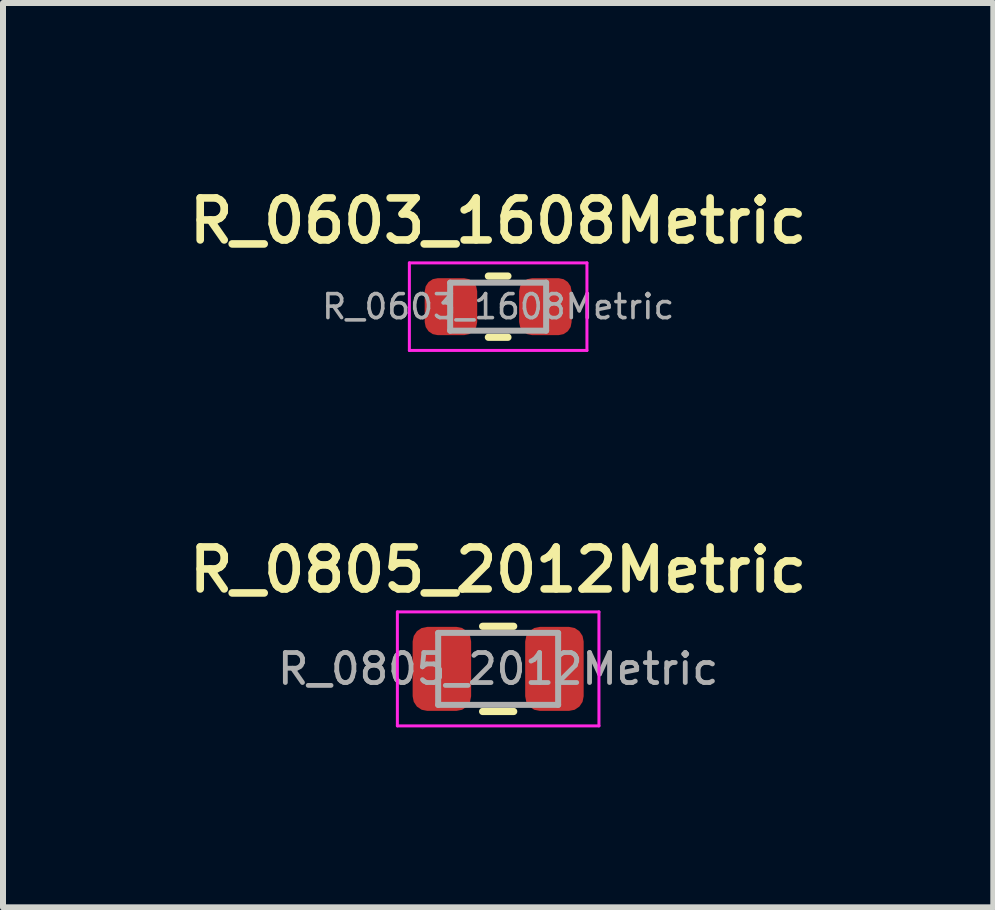
<source format=kicad_pcb>
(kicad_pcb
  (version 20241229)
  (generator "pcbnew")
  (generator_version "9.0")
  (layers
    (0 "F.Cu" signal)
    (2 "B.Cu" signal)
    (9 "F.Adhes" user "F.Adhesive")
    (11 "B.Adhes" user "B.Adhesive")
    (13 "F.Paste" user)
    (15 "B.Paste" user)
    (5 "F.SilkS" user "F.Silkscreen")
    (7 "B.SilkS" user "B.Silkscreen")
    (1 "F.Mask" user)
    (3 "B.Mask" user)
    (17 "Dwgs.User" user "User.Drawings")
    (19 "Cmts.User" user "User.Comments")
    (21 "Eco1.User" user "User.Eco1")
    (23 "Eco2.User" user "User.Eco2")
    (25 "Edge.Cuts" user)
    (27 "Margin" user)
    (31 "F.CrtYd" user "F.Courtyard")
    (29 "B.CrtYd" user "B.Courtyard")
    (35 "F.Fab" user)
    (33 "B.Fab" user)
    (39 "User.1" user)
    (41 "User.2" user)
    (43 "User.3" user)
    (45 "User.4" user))
  (footprint "R_0603_1608Metric"
    (layer "F.Cu")
    (at 5.254 2.062)
    (property "Reference" "R_0603_1608Metric" (at 0 -1.43 0) (layer "F.SilkS") (effects (font (size 0.7 0.7) (thickness 0.127))))
    (attr smd)
    (fp_line (start -0.163 -0.51) (end 0.163 -0.51) (stroke (width 0.12) (type solid)) (layer "F.SilkS"))
    (fp_line (start -0.163 0.51) (end 0.163 0.51) (stroke (width 0.12) (type solid)) (layer "F.SilkS"))
    (fp_line (start -1.48 -0.73) (end 1.48 -0.73) (stroke (width 0.05) (type solid)) (layer "F.CrtYd"))
    (fp_line (start -1.48 0.73) (end -1.48 -0.73) (stroke (width 0.05) (type solid)) (layer "F.CrtYd"))
    (fp_line (start 1.48 -0.73) (end 1.48 0.73) (stroke (width 0.05) (type solid)) (layer "F.CrtYd"))
    (fp_line (start 1.48 0.73) (end -1.48 0.73) (stroke (width 0.05) (type solid)) (layer "F.CrtYd"))
    (fp_line (start -0.8 -0.4) (end 0.8 -0.4) (stroke (width 0.1) (type solid)) (layer "F.Fab"))
    (fp_line (start -0.8 0.4) (end -0.8 -0.4) (stroke (width 0.1) (type solid)) (layer "F.Fab"))
    (fp_line (start 0.8 -0.4) (end 0.8 0.4) (stroke (width 0.1) (type solid)) (layer "F.Fab"))
    (fp_line (start 0.8 0.4) (end -0.8 0.4) (stroke (width 0.1) (type solid)) (layer "F.Fab"))
    (fp_text user "${REFERENCE}" (at 0 0 0) (layer "F.Fab") (effects (font (size 0.4 0.4) (thickness 0.06))))
    (pad "1" smd roundrect (at -0.787 0) (size 0.875 0.95) (layers "F.Cu" "F.Mask" "F.Paste") (roundrect_rratio 0.25))
    (pad "2" smd roundrect (at 0.787 0) (size 0.875 0.95) (layers "F.Cu" "F.Mask" "F.Paste") (roundrect_rratio 0.25)))
  (footprint "R_0805_2012Metric"
    (layer "F.Cu")
    (at 5.254 8.1)
    (property "Reference" "R_0805_2012Metric" (at 0 -1.65 0) (layer "F.SilkS") (effects (font (size 0.7 0.7) (thickness 0.127))))
    (attr smd)
    (fp_line (start -0.259 -0.71) (end 0.259 -0.71) (stroke (width 0.12) (type solid)) (layer "F.SilkS"))
    (fp_line (start -0.259 0.71) (end 0.259 0.71) (stroke (width 0.12) (type solid)) (layer "F.SilkS"))
    (fp_line (start -1.68 -0.95) (end 1.68 -0.95) (stroke (width 0.05) (type solid)) (layer "F.CrtYd"))
    (fp_line (start -1.68 0.95) (end -1.68 -0.95) (stroke (width 0.05) (type solid)) (layer "F.CrtYd"))
    (fp_line (start 1.68 -0.95) (end 1.68 0.95) (stroke (width 0.05) (type solid)) (layer "F.CrtYd"))
    (fp_line (start 1.68 0.95) (end -1.68 0.95) (stroke (width 0.05) (type solid)) (layer "F.CrtYd"))
    (fp_line (start -1 -0.6) (end 1 -0.6) (stroke (width 0.1) (type solid)) (layer "F.Fab"))
    (fp_line (start -1 0.6) (end -1 -0.6) (stroke (width 0.1) (type solid)) (layer "F.Fab"))
    (fp_line (start 1 -0.6) (end 1 0.6) (stroke (width 0.1) (type solid)) (layer "F.Fab"))
    (fp_line (start 1 0.6) (end -1 0.6) (stroke (width 0.1) (type solid)) (layer "F.Fab"))
    (fp_text user "${REFERENCE}" (at 0 0 0) (layer "F.Fab") (effects (font (size 0.5 0.5) (thickness 0.08))))
    (pad "1" smd roundrect (at -0.938 0) (size 0.975 1.4) (layers "F.Cu" "F.Mask" "F.Paste") (roundrect_rratio 0.25))
    (pad "2" smd roundrect (at 0.938 0) (size 0.975 1.4) (layers "F.Cu" "F.Mask" "F.Paste") (roundrect_rratio 0.25)))
  (gr_rect
    (start -3 -3)
    (end 13.508 12.075)
    (stroke (width 0.1) (type default))
    (fill no)
    (layer "Edge.Cuts")))
</source>
